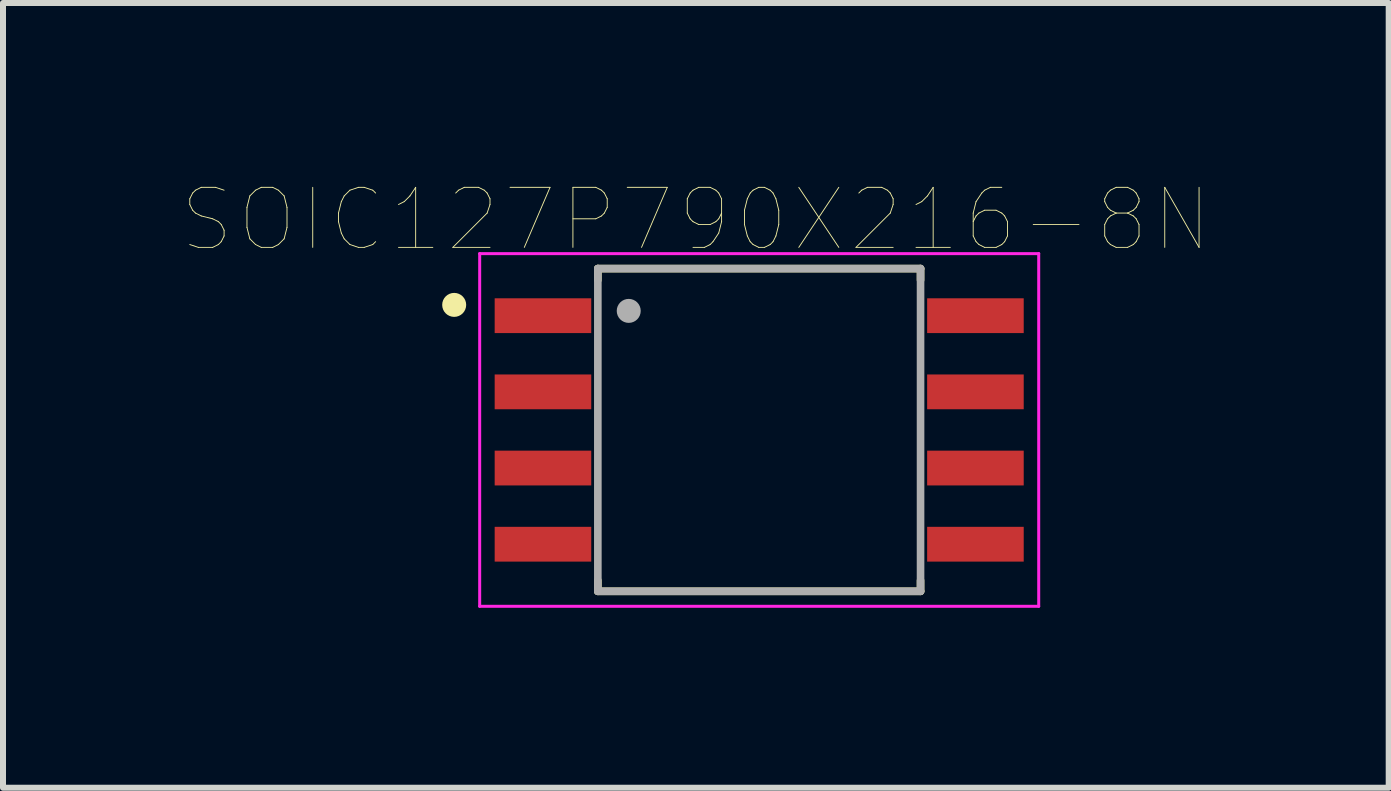
<source format=kicad_pcb>
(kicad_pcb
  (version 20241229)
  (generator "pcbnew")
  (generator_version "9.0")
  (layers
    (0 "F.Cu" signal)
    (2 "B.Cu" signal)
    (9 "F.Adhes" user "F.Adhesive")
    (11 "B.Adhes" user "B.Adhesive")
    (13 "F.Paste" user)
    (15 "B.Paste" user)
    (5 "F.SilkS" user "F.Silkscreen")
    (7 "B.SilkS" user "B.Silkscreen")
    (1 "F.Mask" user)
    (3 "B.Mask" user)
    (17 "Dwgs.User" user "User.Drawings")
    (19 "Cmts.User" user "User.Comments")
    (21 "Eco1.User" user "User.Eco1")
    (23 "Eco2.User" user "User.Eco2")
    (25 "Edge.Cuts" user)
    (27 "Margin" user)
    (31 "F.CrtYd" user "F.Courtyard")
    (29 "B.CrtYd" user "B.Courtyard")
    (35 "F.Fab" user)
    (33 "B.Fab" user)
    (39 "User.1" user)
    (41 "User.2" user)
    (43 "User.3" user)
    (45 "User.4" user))
  (footprint "SOIC127P790X216-8N"
    (layer "F.Cu")
    (at 9.607 4.118)
    (property "Reference" "SOIC127P790X216-8N" (at -1.056 -3.506 0) (layer "F.SilkS") (effects (font (size 1.001 1.001) (thickness 0.015))))
    (attr through_hole)
    (fp_line (start -2.69 -2.69) (end -2.69 -2.5) (stroke (width 0.127) (type solid)) (layer "F.SilkS"))
    (fp_line (start -2.69 -2.69) (end 2.69 -2.69) (stroke (width 0.127) (type solid)) (layer "F.SilkS"))
    (fp_line (start -2.69 2.51) (end -2.69 2.69) (stroke (width 0.127) (type solid)) (layer "F.SilkS"))
    (fp_line (start -2.69 2.69) (end 2.69 2.69) (stroke (width 0.127) (type solid)) (layer "F.SilkS"))
    (fp_line (start 2.69 -2.69) (end 2.69 -2.5) (stroke (width 0.127) (type solid)) (layer "F.SilkS"))
    (fp_line (start 2.69 2.51) (end 2.69 2.69) (stroke (width 0.127) (type solid)) (layer "F.SilkS"))
    (fp_circle (center -5.085 -2.085) (end -4.985 -2.085) (stroke (width 0.2) (type solid)) (fill no) (layer "F.SilkS"))
    (fp_line (start -4.66 -2.94) (end -4.66 2.94) (stroke (width 0.05) (type solid)) (layer "F.CrtYd"))
    (fp_line (start -4.66 -2.94) (end 4.66 -2.94) (stroke (width 0.05) (type solid)) (layer "F.CrtYd"))
    (fp_line (start -4.66 2.94) (end 4.66 2.94) (stroke (width 0.05) (type solid)) (layer "F.CrtYd"))
    (fp_line (start 4.66 -2.94) (end 4.66 2.94) (stroke (width 0.05) (type solid)) (layer "F.CrtYd"))
    (fp_line (start -2.69 -2.69) (end -2.69 2.69) (stroke (width 0.127) (type solid)) (layer "F.Fab"))
    (fp_line (start -2.69 -2.69) (end 2.69 -2.69) (stroke (width 0.127) (type solid)) (layer "F.Fab"))
    (fp_line (start -2.69 2.69) (end 2.69 2.69) (stroke (width 0.127) (type solid)) (layer "F.Fab"))
    (fp_line (start 2.69 -2.69) (end 2.69 2.69) (stroke (width 0.127) (type solid)) (layer "F.Fab"))
    (fp_circle (center -2.175 -1.985) (end -2.075 -1.985) (stroke (width 0.2) (type solid)) (fill no) (layer "F.Fab"))
    (pad "1" smd rect (at -3.605 -1.905) (size 1.61 0.58) (layers "F.Cu" "F.Mask" "F.Paste"))
    (pad "2" smd rect (at -3.605 -0.635) (size 1.61 0.58) (layers "F.Cu" "F.Mask" "F.Paste"))
    (pad "3" smd rect (at -3.605 0.635) (size 1.61 0.58) (layers "F.Cu" "F.Mask" "F.Paste"))
    (pad "4" smd rect (at -3.605 1.905) (size 1.61 0.58) (layers "F.Cu" "F.Mask" "F.Paste"))
    (pad "5" smd rect (at 3.605 1.905) (size 1.61 0.58) (layers "F.Cu" "F.Mask" "F.Paste"))
    (pad "6" smd rect (at 3.605 0.635) (size 1.61 0.58) (layers "F.Cu" "F.Mask" "F.Paste"))
    (pad "7" smd rect (at 3.605 -0.635) (size 1.61 0.58) (layers "F.Cu" "F.Mask" "F.Paste"))
    (pad "8" smd rect (at 3.605 -1.905) (size 1.61 0.58) (layers "F.Cu" "F.Mask" "F.Paste")))
  (gr_rect
    (start -3 -3)
    (end 20.102 10.083)
    (stroke (width 0.1) (type default))
    (fill no)
    (layer "Edge.Cuts")))
</source>
